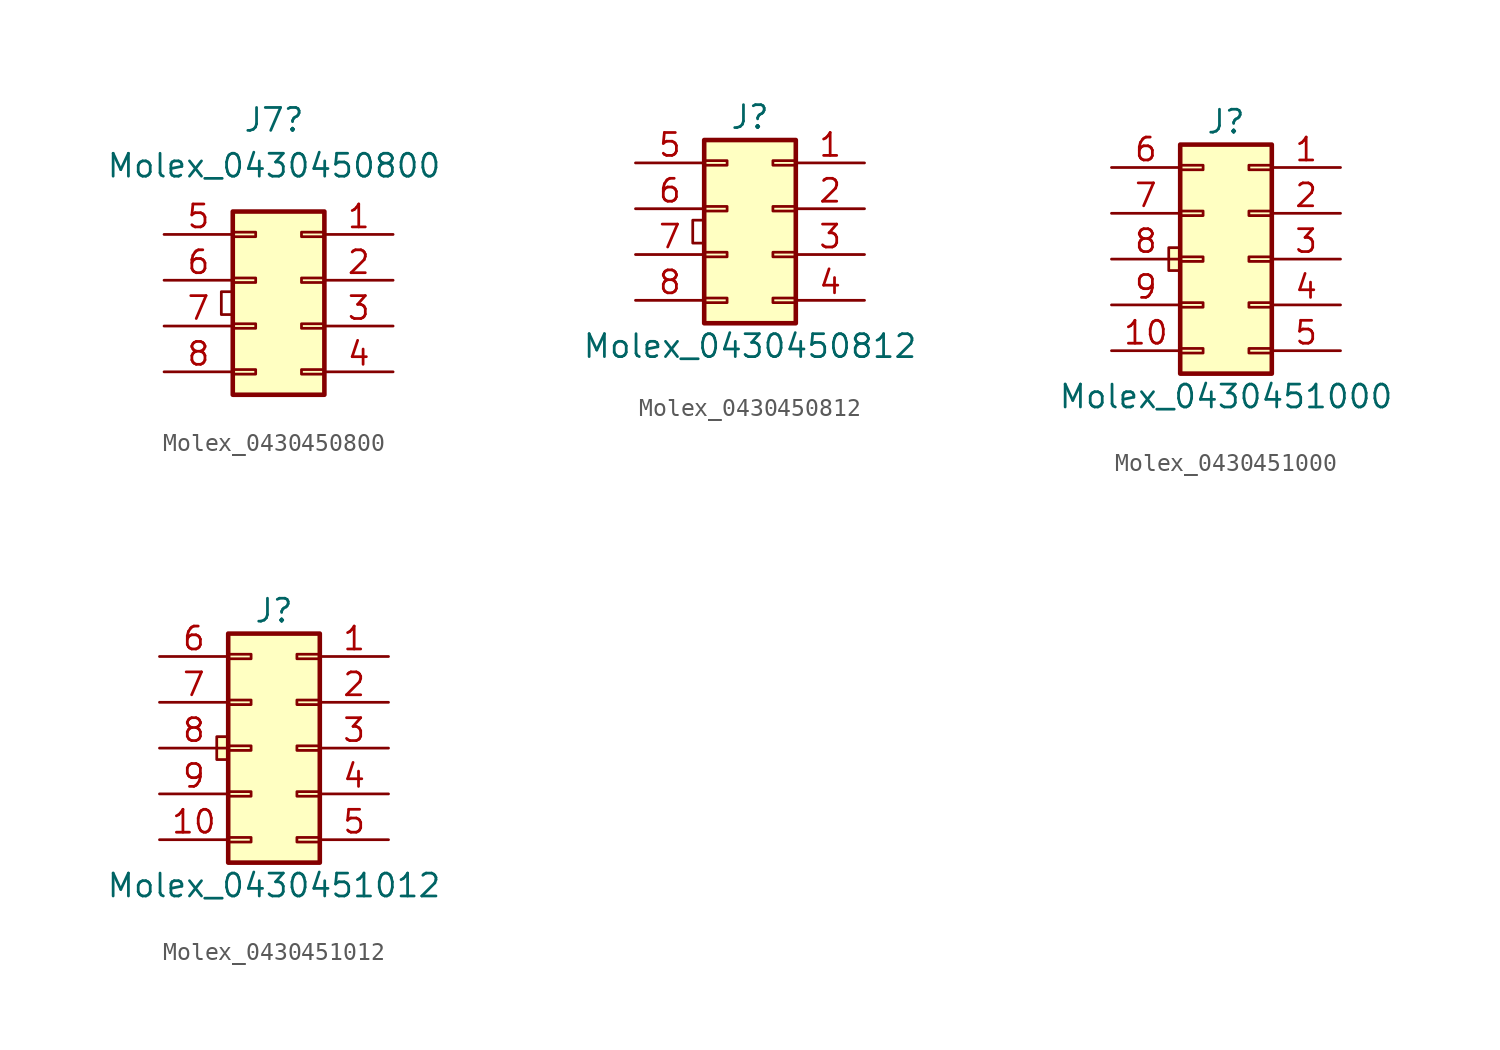
<source format=kicad_sym>
(kicad_symbol_lib
  (version 20231120)
  (generator "kicad_symbol_editor")
  (generator_version "8.0")
  (symbol "Molex_0430450800"
    (pin_names
      (offset 1.016) hide)
    (property "Reference" "J7"
      (at 1.016 8.89 0)
      (effects (font (size 1.27 1.27))))
    (property "Value" "Molex_0430450800"
      (at 1.016 6.35 0)
      (effects (font (size 1.27 1.27))))
    (symbol "Molex_0430450800_0_1"
      (rectangle (start -1.27 -0.635) (end -1.905 -1.905) (stroke (width 0) (type default)) (fill (type none))))
    (symbol "Molex_0430450800_1_1"
      (rectangle (start -1.27 -6.35) (end 3.81 3.81) (stroke (width 0.254) (type default)) (fill (type background)))
      (rectangle (start 0 -5.207) (end -1.27 -4.953) (stroke (width 0.152) (type default)) (fill (type none)))
      (rectangle (start 0 -2.667) (end -1.27 -2.413) (stroke (width 0.152) (type default)) (fill (type none)))
      (rectangle (start 0 -0.127) (end -1.27 0.127) (stroke (width 0.152) (type default)) (fill (type none)))
      (rectangle (start 0 2.413) (end -1.27 2.667) (stroke (width 0.152) (type default)) (fill (type none)))
      (rectangle (start 2.54 -5.207) (end 3.81 -4.953) (stroke (width 0.152) (type default)) (fill (type none)))
      (rectangle (start 2.54 -2.667) (end 3.81 -2.413) (stroke (width 0.152) (type default)) (fill (type none)))
      (rectangle (start 2.54 -0.127) (end 3.81 0.127) (stroke (width 0.152) (type default)) (fill (type none)))
      (rectangle (start 2.54 2.413) (end 3.81 2.667) (stroke (width 0.152) (type default)) (fill (type none)))
      (pin passive line (at 7.62 2.54 180) (length 3.81) (name "Pin_1" (effects (font (size 1.27 1.27)))) (number "1" (effects (font (size 1.27 1.27)))))
      (pin passive line (at 7.62 0 180) (length 3.81) (name "Pin_2" (effects (font (size 1.27 1.27)))) (number "2" (effects (font (size 1.27 1.27)))))
      (pin passive line (at 7.62 -2.54 180) (length 3.81) (name "Pin_3" (effects (font (size 1.27 1.27)))) (number "3" (effects (font (size 1.27 1.27)))))
      (pin passive line (at 7.62 -5.08 180) (length 3.81) (name "Pin_4" (effects (font (size 1.27 1.27)))) (number "4" (effects (font (size 1.27 1.27)))))
      (pin passive line (at -5.08 2.54 0) (length 3.81) (name "Pin_5" (effects (font (size 1.27 1.27)))) (number "5" (effects (font (size 1.27 1.27)))))
      (pin passive line (at -5.08 0 0) (length 3.81) (name "Pin_6" (effects (font (size 1.27 1.27)))) (number "6" (effects (font (size 1.27 1.27)))))
      (pin passive line (at -5.08 -2.54 0) (length 3.81) (name "Pin_7" (effects (font (size 1.27 1.27)))) (number "7" (effects (font (size 1.27 1.27)))))
      (pin passive line (at -5.08 -5.08 0) (length 3.81) (name "Pin_8" (effects (font (size 1.27 1.27)))) (number "8" (effects (font (size 1.27 1.27)))))))
  (symbol "Molex_0430450812"
    (pin_names
      (offset 1.016) hide)
    (property "Reference" "J"
      (at 1.27 5.08 0)
      (effects (font (size 1.27 1.27))))
    (property "Value" "Molex_0430450812"
      (at 1.27 -7.62 0)
      (effects (font (size 1.27 1.27))))
    (symbol "Molex_0430450812_0_1"
      (rectangle (start -1.27 -0.635) (end -1.905 -1.905) (stroke (width 0) (type default)) (fill (type none))))
    (symbol "Molex_0430450812_1_1"
      (rectangle (start -1.27 -6.35) (end 3.81 3.81) (stroke (width 0.254) (type default)) (fill (type background)))
      (rectangle (start 0 -5.207) (end -1.27 -4.953) (stroke (width 0.152) (type default)) (fill (type none)))
      (rectangle (start 0 -2.667) (end -1.27 -2.413) (stroke (width 0.152) (type default)) (fill (type none)))
      (rectangle (start 0 -0.127) (end -1.27 0.127) (stroke (width 0.152) (type default)) (fill (type none)))
      (rectangle (start 0 2.413) (end -1.27 2.667) (stroke (width 0.152) (type default)) (fill (type none)))
      (rectangle (start 2.54 -5.207) (end 3.81 -4.953) (stroke (width 0.152) (type default)) (fill (type none)))
      (rectangle (start 2.54 -2.667) (end 3.81 -2.413) (stroke (width 0.152) (type default)) (fill (type none)))
      (rectangle (start 2.54 -0.127) (end 3.81 0.127) (stroke (width 0.152) (type default)) (fill (type none)))
      (rectangle (start 2.54 2.413) (end 3.81 2.667) (stroke (width 0.152) (type default)) (fill (type none)))
      (pin passive line (at 7.62 2.54 180) (length 3.81) (name "Pin_1" (effects (font (size 1.27 1.27)))) (number "1" (effects (font (size 1.27 1.27)))))
      (pin passive line (at 7.62 0 180) (length 3.81) (name "Pin_2" (effects (font (size 1.27 1.27)))) (number "2" (effects (font (size 1.27 1.27)))))
      (pin passive line (at 7.62 -2.54 180) (length 3.81) (name "Pin_3" (effects (font (size 1.27 1.27)))) (number "3" (effects (font (size 1.27 1.27)))))
      (pin passive line (at 7.62 -5.08 180) (length 3.81) (name "Pin_4" (effects (font (size 1.27 1.27)))) (number "4" (effects (font (size 1.27 1.27)))))
      (pin passive line (at -5.08 2.54 0) (length 3.81) (name "Pin_5" (effects (font (size 1.27 1.27)))) (number "5" (effects (font (size 1.27 1.27)))))
      (pin passive line (at -5.08 0 0) (length 3.81) (name "Pin_6" (effects (font (size 1.27 1.27)))) (number "6" (effects (font (size 1.27 1.27)))))
      (pin passive line (at -5.08 -2.54 0) (length 3.81) (name "Pin_7" (effects (font (size 1.27 1.27)))) (number "7" (effects (font (size 1.27 1.27)))))
      (pin passive line (at -5.08 -5.08 0) (length 3.81) (name "Pin_8" (effects (font (size 1.27 1.27)))) (number "8" (effects (font (size 1.27 1.27)))))))
  (symbol "Molex_0430451000"
    (pin_names
      (offset 1.016) hide)
    (property "Reference" "J"
      (at 1.27 7.62 0)
      (effects (font (size 1.27 1.27))))
    (property "Value" "Molex_0430451000"
      (at 1.27 -7.62 0)
      (effects (font (size 1.27 1.27))))
    (symbol "Molex_0430451000_0_1"
      (rectangle (start -1.27 0.635) (end -1.905 -0.635) (stroke (width 0.152) (type default)) (fill (type background))))
    (symbol "Molex_0430451000_1_1"
      (rectangle (start -1.27 6.35) (end 3.81 -6.35) (stroke (width 0.254) (type default)) (fill (type background)))
      (rectangle (start 0 -5.207) (end -1.27 -4.953) (stroke (width 0.152) (type default)) (fill (type none)))
      (rectangle (start 0 -2.667) (end -1.27 -2.413) (stroke (width 0.152) (type default)) (fill (type none)))
      (rectangle (start 0 -0.127) (end -1.27 0.127) (stroke (width 0.152) (type default)) (fill (type none)))
      (rectangle (start 0 2.413) (end -1.27 2.667) (stroke (width 0.152) (type default)) (fill (type none)))
      (rectangle (start 0 4.953) (end -1.27 5.207) (stroke (width 0.152) (type default)) (fill (type none)))
      (rectangle (start 2.54 -5.207) (end 3.81 -4.953) (stroke (width 0.152) (type default)) (fill (type none)))
      (rectangle (start 2.54 -2.667) (end 3.81 -2.413) (stroke (width 0.152) (type default)) (fill (type none)))
      (rectangle (start 2.54 -0.127) (end 3.81 0.127) (stroke (width 0.152) (type default)) (fill (type none)))
      (rectangle (start 2.54 2.413) (end 3.81 2.667) (stroke (width 0.152) (type default)) (fill (type none)))
      (rectangle (start 2.54 4.953) (end 3.81 5.207) (stroke (width 0.152) (type default)) (fill (type none)))
      (pin passive line (at 7.62 5.08 180) (length 3.81) (name "Pin_1" (effects (font (size 1.27 1.27)))) (number "1" (effects (font (size 1.27 1.27)))))
      (pin passive line (at -5.08 -5.08 0) (length 3.81) (name "Pin_10" (effects (font (size 1.27 1.27)))) (number "10" (effects (font (size 1.27 1.27)))))
      (pin passive line (at 7.62 2.54 180) (length 3.81) (name "Pin_2" (effects (font (size 1.27 1.27)))) (number "2" (effects (font (size 1.27 1.27)))))
      (pin passive line (at 7.62 0 180) (length 3.81) (name "Pin_3" (effects (font (size 1.27 1.27)))) (number "3" (effects (font (size 1.27 1.27)))))
      (pin passive line (at 7.62 -2.54 180) (length 3.81) (name "Pin_4" (effects (font (size 1.27 1.27)))) (number "4" (effects (font (size 1.27 1.27)))))
      (pin passive line (at 7.62 -5.08 180) (length 3.81) (name "Pin_5" (effects (font (size 1.27 1.27)))) (number "5" (effects (font (size 1.27 1.27)))))
      (pin passive line (at -5.08 5.08 0) (length 3.81) (name "Pin_6" (effects (font (size 1.27 1.27)))) (number "6" (effects (font (size 1.27 1.27)))))
      (pin passive line (at -5.08 2.54 0) (length 3.81) (name "Pin_7" (effects (font (size 1.27 1.27)))) (number "7" (effects (font (size 1.27 1.27)))))
      (pin passive line (at -5.08 0 0) (length 3.81) (name "Pin_8" (effects (font (size 1.27 1.27)))) (number "8" (effects (font (size 1.27 1.27)))))
      (pin passive line (at -5.08 -2.54 0) (length 3.81) (name "Pin_9" (effects (font (size 1.27 1.27)))) (number "9" (effects (font (size 1.27 1.27)))))))
  (symbol "Molex_0430451012"
    (pin_names
      (offset 1.016) hide)
    (property "Reference" "J"
      (at 1.27 7.62 0)
      (effects (font (size 1.27 1.27))))
    (property "Value" "Molex_0430451012"
      (at 1.27 -7.62 0)
      (effects (font (size 1.27 1.27))))
    (symbol "Molex_0430451012_0_1"
      (rectangle (start -1.27 0.635) (end -1.905 -0.635) (stroke (width 0.152) (type default)) (fill (type background))))
    (symbol "Molex_0430451012_1_1"
      (rectangle (start -1.27 6.35) (end 3.81 -6.35) (stroke (width 0.254) (type default)) (fill (type background)))
      (rectangle (start 0 -5.207) (end -1.27 -4.953) (stroke (width 0.152) (type default)) (fill (type none)))
      (rectangle (start 0 -2.667) (end -1.27 -2.413) (stroke (width 0.152) (type default)) (fill (type none)))
      (rectangle (start 0 -0.127) (end -1.27 0.127) (stroke (width 0.152) (type default)) (fill (type none)))
      (rectangle (start 0 2.413) (end -1.27 2.667) (stroke (width 0.152) (type default)) (fill (type none)))
      (rectangle (start 0 4.953) (end -1.27 5.207) (stroke (width 0.152) (type default)) (fill (type none)))
      (rectangle (start 2.54 -5.207) (end 3.81 -4.953) (stroke (width 0.152) (type default)) (fill (type none)))
      (rectangle (start 2.54 -2.667) (end 3.81 -2.413) (stroke (width 0.152) (type default)) (fill (type none)))
      (rectangle (start 2.54 -0.127) (end 3.81 0.127) (stroke (width 0.152) (type default)) (fill (type none)))
      (rectangle (start 2.54 2.413) (end 3.81 2.667) (stroke (width 0.152) (type default)) (fill (type none)))
      (rectangle (start 2.54 4.953) (end 3.81 5.207) (stroke (width 0.152) (type default)) (fill (type none)))
      (pin passive line (at 7.62 5.08 180) (length 3.81) (name "Pin_1" (effects (font (size 1.27 1.27)))) (number "1" (effects (font (size 1.27 1.27)))))
      (pin passive line (at -5.08 -5.08 0) (length 3.81) (name "Pin_10" (effects (font (size 1.27 1.27)))) (number "10" (effects (font (size 1.27 1.27)))))
      (pin passive line (at 7.62 2.54 180) (length 3.81) (name "Pin_2" (effects (font (size 1.27 1.27)))) (number "2" (effects (font (size 1.27 1.27)))))
      (pin passive line (at 7.62 0 180) (length 3.81) (name "Pin_3" (effects (font (size 1.27 1.27)))) (number "3" (effects (font (size 1.27 1.27)))))
      (pin passive line (at 7.62 -2.54 180) (length 3.81) (name "Pin_4" (effects (font (size 1.27 1.27)))) (number "4" (effects (font (size 1.27 1.27)))))
      (pin passive line (at 7.62 -5.08 180) (length 3.81) (name "Pin_5" (effects (font (size 1.27 1.27)))) (number "5" (effects (font (size 1.27 1.27)))))
      (pin passive line (at -5.08 5.08 0) (length 3.81) (name "Pin_6" (effects (font (size 1.27 1.27)))) (number "6" (effects (font (size 1.27 1.27)))))
      (pin passive line (at -5.08 2.54 0) (length 3.81) (name "Pin_7" (effects (font (size 1.27 1.27)))) (number "7" (effects (font (size 1.27 1.27)))))
      (pin passive line (at -5.08 0 0) (length 3.81) (name "Pin_8" (effects (font (size 1.27 1.27)))) (number "8" (effects (font (size 1.27 1.27)))))
      (pin passive line (at -5.08 -2.54 0) (length 3.81) (name "Pin_9" (effects (font (size 1.27 1.27)))) (number "9" (effects (font (size 1.27 1.27))))))))
</source>
